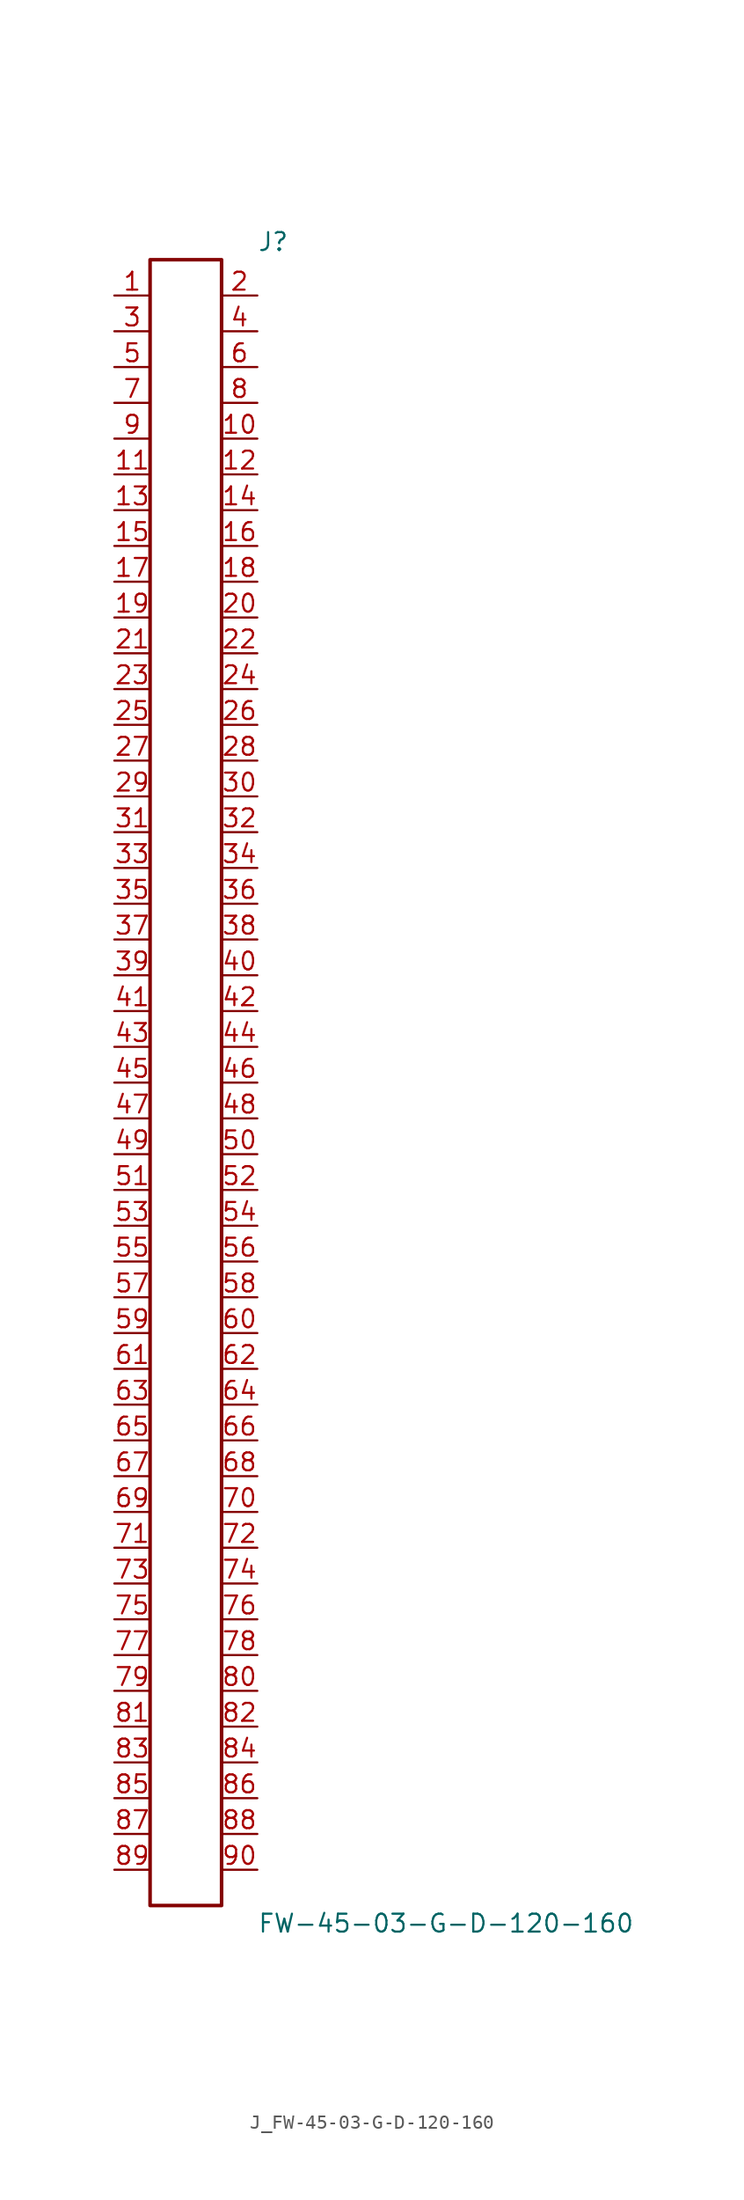
<source format=kicad_sym>
(kicad_symbol_lib
  (version 20231120)
  (generator kicad_symbol_editor)
  (generator_version 8.0)
  (symbol "J_FW-45-03-G-D-120-160"
    (pin_names
      (offset 0.254))
    (property "Reference" "J"
      (at 5.08 59.69 0)
      (effects (font (size 1.27 1.27)) (justify left)))
    (property "Value" "FW-45-03-G-D-120-160"
      (at 5.08 -59.69 0)
      (effects (font (size 1.27 1.27)) (justify left)))
    (symbol "J_FW-45-03-G-D-120-160_0_0"
      (pin passive line (at -5.08 55.88 0) (length 2.54) (name "" (effects (font (size 1.27 1.27)))) (number "1" (effects (font (size 1.27 1.27)))))
      (pin passive line (at 5.08 55.88 180) (length 2.54) (name "" (effects (font (size 1.27 1.27)))) (number "2" (effects (font (size 1.27 1.27)))))
      (pin passive line (at -5.08 53.34 0) (length 2.54) (name "" (effects (font (size 1.27 1.27)))) (number "3" (effects (font (size 1.27 1.27)))))
      (pin passive line (at 5.08 53.34 180) (length 2.54) (name "" (effects (font (size 1.27 1.27)))) (number "4" (effects (font (size 1.27 1.27)))))
      (pin passive line (at -5.08 50.8 0) (length 2.54) (name "" (effects (font (size 1.27 1.27)))) (number "5" (effects (font (size 1.27 1.27)))))
      (pin passive line (at 5.08 50.8 180) (length 2.54) (name "" (effects (font (size 1.27 1.27)))) (number "6" (effects (font (size 1.27 1.27)))))
      (pin passive line (at -5.08 48.26 0) (length 2.54) (name "" (effects (font (size 1.27 1.27)))) (number "7" (effects (font (size 1.27 1.27)))))
      (pin passive line (at 5.08 48.26 180) (length 2.54) (name "" (effects (font (size 1.27 1.27)))) (number "8" (effects (font (size 1.27 1.27)))))
      (pin passive line (at -5.08 45.72 0) (length 2.54) (name "" (effects (font (size 1.27 1.27)))) (number "9" (effects (font (size 1.27 1.27)))))
      (pin passive line (at 5.08 45.72 180) (length 2.54) (name "" (effects (font (size 1.27 1.27)))) (number "10" (effects (font (size 1.27 1.27)))))
      (pin passive line (at -5.08 43.18 0) (length 2.54) (name "" (effects (font (size 1.27 1.27)))) (number "11" (effects (font (size 1.27 1.27)))))
      (pin passive line (at 5.08 43.18 180) (length 2.54) (name "" (effects (font (size 1.27 1.27)))) (number "12" (effects (font (size 1.27 1.27)))))
      (pin passive line (at -5.08 40.64 0) (length 2.54) (name "" (effects (font (size 1.27 1.27)))) (number "13" (effects (font (size 1.27 1.27)))))
      (pin passive line (at 5.08 40.64 180) (length 2.54) (name "" (effects (font (size 1.27 1.27)))) (number "14" (effects (font (size 1.27 1.27)))))
      (pin passive line (at -5.08 38.1 0) (length 2.54) (name "" (effects (font (size 1.27 1.27)))) (number "15" (effects (font (size 1.27 1.27)))))
      (pin passive line (at 5.08 38.1 180) (length 2.54) (name "" (effects (font (size 1.27 1.27)))) (number "16" (effects (font (size 1.27 1.27)))))
      (pin passive line (at -5.08 35.56 0) (length 2.54) (name "" (effects (font (size 1.27 1.27)))) (number "17" (effects (font (size 1.27 1.27)))))
      (pin passive line (at 5.08 35.56 180) (length 2.54) (name "" (effects (font (size 1.27 1.27)))) (number "18" (effects (font (size 1.27 1.27)))))
      (pin passive line (at -5.08 33.02 0) (length 2.54) (name "" (effects (font (size 1.27 1.27)))) (number "19" (effects (font (size 1.27 1.27)))))
      (pin passive line (at 5.08 33.02 180) (length 2.54) (name "" (effects (font (size 1.27 1.27)))) (number "20" (effects (font (size 1.27 1.27)))))
      (pin passive line (at -5.08 30.48 0) (length 2.54) (name "" (effects (font (size 1.27 1.27)))) (number "21" (effects (font (size 1.27 1.27)))))
      (pin passive line (at 5.08 30.48 180) (length 2.54) (name "" (effects (font (size 1.27 1.27)))) (number "22" (effects (font (size 1.27 1.27)))))
      (pin passive line (at -5.08 27.94 0) (length 2.54) (name "" (effects (font (size 1.27 1.27)))) (number "23" (effects (font (size 1.27 1.27)))))
      (pin passive line (at 5.08 27.94 180) (length 2.54) (name "" (effects (font (size 1.27 1.27)))) (number "24" (effects (font (size 1.27 1.27)))))
      (pin passive line (at -5.08 25.4 0) (length 2.54) (name "" (effects (font (size 1.27 1.27)))) (number "25" (effects (font (size 1.27 1.27)))))
      (pin passive line (at 5.08 25.4 180) (length 2.54) (name "" (effects (font (size 1.27 1.27)))) (number "26" (effects (font (size 1.27 1.27)))))
      (pin passive line (at -5.08 22.86 0) (length 2.54) (name "" (effects (font (size 1.27 1.27)))) (number "27" (effects (font (size 1.27 1.27)))))
      (pin passive line (at 5.08 22.86 180) (length 2.54) (name "" (effects (font (size 1.27 1.27)))) (number "28" (effects (font (size 1.27 1.27)))))
      (pin passive line (at -5.08 20.32 0) (length 2.54) (name "" (effects (font (size 1.27 1.27)))) (number "29" (effects (font (size 1.27 1.27)))))
      (pin passive line (at 5.08 20.32 180) (length 2.54) (name "" (effects (font (size 1.27 1.27)))) (number "30" (effects (font (size 1.27 1.27)))))
      (pin passive line (at -5.08 17.78 0) (length 2.54) (name "" (effects (font (size 1.27 1.27)))) (number "31" (effects (font (size 1.27 1.27)))))
      (pin passive line (at 5.08 17.78 180) (length 2.54) (name "" (effects (font (size 1.27 1.27)))) (number "32" (effects (font (size 1.27 1.27)))))
      (pin passive line (at -5.08 15.24 0) (length 2.54) (name "" (effects (font (size 1.27 1.27)))) (number "33" (effects (font (size 1.27 1.27)))))
      (pin passive line (at 5.08 15.24 180) (length 2.54) (name "" (effects (font (size 1.27 1.27)))) (number "34" (effects (font (size 1.27 1.27)))))
      (pin passive line (at -5.08 12.7 0) (length 2.54) (name "" (effects (font (size 1.27 1.27)))) (number "35" (effects (font (size 1.27 1.27)))))
      (pin passive line (at 5.08 12.7 180) (length 2.54) (name "" (effects (font (size 1.27 1.27)))) (number "36" (effects (font (size 1.27 1.27)))))
      (pin passive line (at -5.08 10.16 0) (length 2.54) (name "" (effects (font (size 1.27 1.27)))) (number "37" (effects (font (size 1.27 1.27)))))
      (pin passive line (at 5.08 10.16 180) (length 2.54) (name "" (effects (font (size 1.27 1.27)))) (number "38" (effects (font (size 1.27 1.27)))))
      (pin passive line (at -5.08 7.62 0) (length 2.54) (name "" (effects (font (size 1.27 1.27)))) (number "39" (effects (font (size 1.27 1.27)))))
      (pin passive line (at 5.08 7.62 180) (length 2.54) (name "" (effects (font (size 1.27 1.27)))) (number "40" (effects (font (size 1.27 1.27)))))
      (pin passive line (at -5.08 5.08 0) (length 2.54) (name "" (effects (font (size 1.27 1.27)))) (number "41" (effects (font (size 1.27 1.27)))))
      (pin passive line (at 5.08 5.08 180) (length 2.54) (name "" (effects (font (size 1.27 1.27)))) (number "42" (effects (font (size 1.27 1.27)))))
      (pin passive line (at -5.08 2.54 0) (length 2.54) (name "" (effects (font (size 1.27 1.27)))) (number "43" (effects (font (size 1.27 1.27)))))
      (pin passive line (at 5.08 2.54 180) (length 2.54) (name "" (effects (font (size 1.27 1.27)))) (number "44" (effects (font (size 1.27 1.27)))))
      (pin passive line (at -5.08 0.0 0) (length 2.54) (name "" (effects (font (size 1.27 1.27)))) (number "45" (effects (font (size 1.27 1.27)))))
      (pin passive line (at 5.08 0.0 180) (length 2.54) (name "" (effects (font (size 1.27 1.27)))) (number "46" (effects (font (size 1.27 1.27)))))
      (pin passive line (at -5.08 -2.54 0) (length 2.54) (name "" (effects (font (size 1.27 1.27)))) (number "47" (effects (font (size 1.27 1.27)))))
      (pin passive line (at 5.08 -2.54 180) (length 2.54) (name "" (effects (font (size 1.27 1.27)))) (number "48" (effects (font (size 1.27 1.27)))))
      (pin passive line (at -5.08 -5.08 0) (length 2.54) (name "" (effects (font (size 1.27 1.27)))) (number "49" (effects (font (size 1.27 1.27)))))
      (pin passive line (at 5.08 -5.08 180) (length 2.54) (name "" (effects (font (size 1.27 1.27)))) (number "50" (effects (font (size 1.27 1.27)))))
      (pin passive line (at -5.08 -7.62 0) (length 2.54) (name "" (effects (font (size 1.27 1.27)))) (number "51" (effects (font (size 1.27 1.27)))))
      (pin passive line (at 5.08 -7.62 180) (length 2.54) (name "" (effects (font (size 1.27 1.27)))) (number "52" (effects (font (size 1.27 1.27)))))
      (pin passive line (at -5.08 -10.16 0) (length 2.54) (name "" (effects (font (size 1.27 1.27)))) (number "53" (effects (font (size 1.27 1.27)))))
      (pin passive line (at 5.08 -10.16 180) (length 2.54) (name "" (effects (font (size 1.27 1.27)))) (number "54" (effects (font (size 1.27 1.27)))))
      (pin passive line (at -5.08 -12.7 0) (length 2.54) (name "" (effects (font (size 1.27 1.27)))) (number "55" (effects (font (size 1.27 1.27)))))
      (pin passive line (at 5.08 -12.7 180) (length 2.54) (name "" (effects (font (size 1.27 1.27)))) (number "56" (effects (font (size 1.27 1.27)))))
      (pin passive line (at -5.08 -15.24 0) (length 2.54) (name "" (effects (font (size 1.27 1.27)))) (number "57" (effects (font (size 1.27 1.27)))))
      (pin passive line (at 5.08 -15.24 180) (length 2.54) (name "" (effects (font (size 1.27 1.27)))) (number "58" (effects (font (size 1.27 1.27)))))
      (pin passive line (at -5.08 -17.78 0) (length 2.54) (name "" (effects (font (size 1.27 1.27)))) (number "59" (effects (font (size 1.27 1.27)))))
      (pin passive line (at 5.08 -17.78 180) (length 2.54) (name "" (effects (font (size 1.27 1.27)))) (number "60" (effects (font (size 1.27 1.27)))))
      (pin passive line (at -5.08 -20.32 0) (length 2.54) (name "" (effects (font (size 1.27 1.27)))) (number "61" (effects (font (size 1.27 1.27)))))
      (pin passive line (at 5.08 -20.32 180) (length 2.54) (name "" (effects (font (size 1.27 1.27)))) (number "62" (effects (font (size 1.27 1.27)))))
      (pin passive line (at -5.08 -22.86 0) (length 2.54) (name "" (effects (font (size 1.27 1.27)))) (number "63" (effects (font (size 1.27 1.27)))))
      (pin passive line (at 5.08 -22.86 180) (length 2.54) (name "" (effects (font (size 1.27 1.27)))) (number "64" (effects (font (size 1.27 1.27)))))
      (pin passive line (at -5.08 -25.4 0) (length 2.54) (name "" (effects (font (size 1.27 1.27)))) (number "65" (effects (font (size 1.27 1.27)))))
      (pin passive line (at 5.08 -25.4 180) (length 2.54) (name "" (effects (font (size 1.27 1.27)))) (number "66" (effects (font (size 1.27 1.27)))))
      (pin passive line (at -5.08 -27.94 0) (length 2.54) (name "" (effects (font (size 1.27 1.27)))) (number "67" (effects (font (size 1.27 1.27)))))
      (pin passive line (at 5.08 -27.94 180) (length 2.54) (name "" (effects (font (size 1.27 1.27)))) (number "68" (effects (font (size 1.27 1.27)))))
      (pin passive line (at -5.08 -30.48 0) (length 2.54) (name "" (effects (font (size 1.27 1.27)))) (number "69" (effects (font (size 1.27 1.27)))))
      (pin passive line (at 5.08 -30.48 180) (length 2.54) (name "" (effects (font (size 1.27 1.27)))) (number "70" (effects (font (size 1.27 1.27)))))
      (pin passive line (at -5.08 -33.02 0) (length 2.54) (name "" (effects (font (size 1.27 1.27)))) (number "71" (effects (font (size 1.27 1.27)))))
      (pin passive line (at 5.08 -33.02 180) (length 2.54) (name "" (effects (font (size 1.27 1.27)))) (number "72" (effects (font (size 1.27 1.27)))))
      (pin passive line (at -5.08 -35.56 0) (length 2.54) (name "" (effects (font (size 1.27 1.27)))) (number "73" (effects (font (size 1.27 1.27)))))
      (pin passive line (at 5.08 -35.56 180) (length 2.54) (name "" (effects (font (size 1.27 1.27)))) (number "74" (effects (font (size 1.27 1.27)))))
      (pin passive line (at -5.08 -38.1 0) (length 2.54) (name "" (effects (font (size 1.27 1.27)))) (number "75" (effects (font (size 1.27 1.27)))))
      (pin passive line (at 5.08 -38.1 180) (length 2.54) (name "" (effects (font (size 1.27 1.27)))) (number "76" (effects (font (size 1.27 1.27)))))
      (pin passive line (at -5.08 -40.64 0) (length 2.54) (name "" (effects (font (size 1.27 1.27)))) (number "77" (effects (font (size 1.27 1.27)))))
      (pin passive line (at 5.08 -40.64 180) (length 2.54) (name "" (effects (font (size 1.27 1.27)))) (number "78" (effects (font (size 1.27 1.27)))))
      (pin passive line (at -5.08 -43.18 0) (length 2.54) (name "" (effects (font (size 1.27 1.27)))) (number "79" (effects (font (size 1.27 1.27)))))
      (pin passive line (at 5.08 -43.18 180) (length 2.54) (name "" (effects (font (size 1.27 1.27)))) (number "80" (effects (font (size 1.27 1.27)))))
      (pin passive line (at -5.08 -45.72 0) (length 2.54) (name "" (effects (font (size 1.27 1.27)))) (number "81" (effects (font (size 1.27 1.27)))))
      (pin passive line (at 5.08 -45.72 180) (length 2.54) (name "" (effects (font (size 1.27 1.27)))) (number "82" (effects (font (size 1.27 1.27)))))
      (pin passive line (at -5.08 -48.26 0) (length 2.54) (name "" (effects (font (size 1.27 1.27)))) (number "83" (effects (font (size 1.27 1.27)))))
      (pin passive line (at 5.08 -48.26 180) (length 2.54) (name "" (effects (font (size 1.27 1.27)))) (number "84" (effects (font (size 1.27 1.27)))))
      (pin passive line (at -5.08 -50.8 0) (length 2.54) (name "" (effects (font (size 1.27 1.27)))) (number "85" (effects (font (size 1.27 1.27)))))
      (pin passive line (at 5.08 -50.8 180) (length 2.54) (name "" (effects (font (size 1.27 1.27)))) (number "86" (effects (font (size 1.27 1.27)))))
      (pin passive line (at -5.08 -53.34 0) (length 2.54) (name "" (effects (font (size 1.27 1.27)))) (number "87" (effects (font (size 1.27 1.27)))))
      (pin passive line (at 5.08 -53.34 180) (length 2.54) (name "" (effects (font (size 1.27 1.27)))) (number "88" (effects (font (size 1.27 1.27)))))
      (pin passive line (at -5.08 -55.88 0) (length 2.54) (name "" (effects (font (size 1.27 1.27)))) (number "89" (effects (font (size 1.27 1.27)))))
      (pin passive line (at 5.08 -55.88 180) (length 2.54) (name "" (effects (font (size 1.27 1.27)))) (number "90" (effects (font (size 1.27 1.27))))))
    (symbol "J_FW-45-03-G-D-120-160_1_0"
      (rectangle (start -2.54 58.42) (end 2.54 -58.42) (stroke (width 0.254) (type solid)) (fill (type none))))))
</source>
